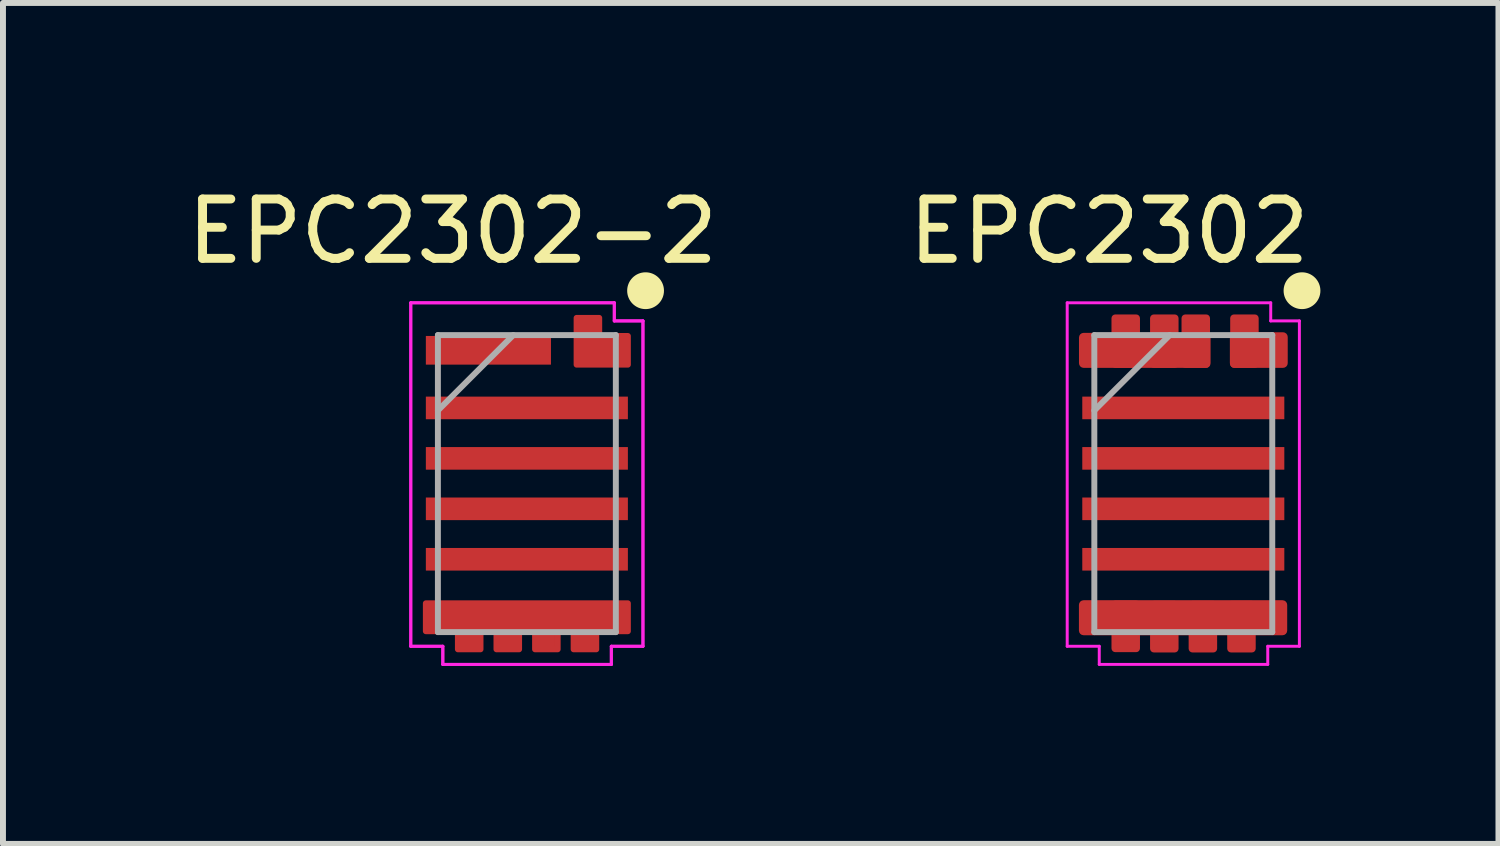
<source format=kicad_pcb>
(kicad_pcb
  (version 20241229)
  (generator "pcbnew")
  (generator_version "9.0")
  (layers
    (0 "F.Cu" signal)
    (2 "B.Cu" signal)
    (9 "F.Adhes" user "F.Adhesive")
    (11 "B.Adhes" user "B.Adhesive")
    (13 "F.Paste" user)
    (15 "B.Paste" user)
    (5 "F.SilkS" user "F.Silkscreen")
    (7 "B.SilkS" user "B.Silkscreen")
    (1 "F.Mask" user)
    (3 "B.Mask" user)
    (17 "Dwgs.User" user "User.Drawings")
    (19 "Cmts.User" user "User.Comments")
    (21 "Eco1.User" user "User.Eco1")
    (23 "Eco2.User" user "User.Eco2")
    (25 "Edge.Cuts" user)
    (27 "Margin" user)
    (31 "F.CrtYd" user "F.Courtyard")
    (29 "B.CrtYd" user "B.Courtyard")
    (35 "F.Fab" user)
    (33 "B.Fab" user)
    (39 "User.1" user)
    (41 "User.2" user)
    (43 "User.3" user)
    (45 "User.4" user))
  (footprint "EPC2302-2"
    (layer "F.Cu")
    (at 5.827 5.098)
    (property "Reference" "EPC2302-2" (at -1.25 -4.25 0) (layer "F.SilkS") (effects (font (size 1 1) (thickness 0.15))))
    (attr through_hole)
    (fp_poly (pts (xy 0.838 -2.792) (xy 1.219 -2.792) (xy 1.219 -2.487) (xy 1.702 -2.487) (xy 1.702 -2.004) (xy 0.838 -2.004)) (stroke (width 0.1) (type solid)) (fill yes) (layer "F.Cu"))
    (fp_poly (pts (xy -1.702 2.487) (xy -1.162 2.487) (xy -1.162 2.792) (xy -0.781 2.792) (xy -0.781 2.487) (xy -0.512 2.487) (xy -0.512 2.792) (xy -0.131 2.792) (xy -0.131 2.487) (xy 0.138 2.487) (xy 0.138 2.792) (xy 0.519 2.792) (xy 0.519 2.487) (xy 0.788 2.487) (xy 0.788 2.792) (xy 1.169 2.792) (xy 1.169 2.487) (xy 1.702 2.487) (xy 1.702 2.017) (xy -1.702 2.017)) (stroke (width 0.1) (type solid)) (fill yes) (layer "F.Cu"))
    (fp_poly (pts (xy 0.838 -2.792) (xy 1.219 -2.792) (xy 1.219 -2.487) (xy 1.702 -2.487) (xy 1.702 -2.004) (xy 0.838 -2.004)) (stroke (width 0.1) (type solid)) (fill yes) (layer "F.Mask"))
    (fp_poly (pts (xy -1.702 -2.487) (xy -1.162 -2.487) (xy -1.162 -2.792) (xy -0.781 -2.792) (xy -0.781 -2.487) (xy -0.512 -2.487) (xy -0.512 -2.792) (xy -0.131 -2.792) (xy -0.131 -2.487) (xy 0.017 -2.487) (xy 0.017 -2.792) (xy 0.398 -2.792) (xy 0.406 -2.004) (xy -1.702 -2.004)) (stroke (width 0.1) (type solid)) (fill yes) (layer "F.Mask"))
    (fp_poly (pts (xy -1.702 2.487) (xy -1.162 2.487) (xy -1.162 2.792) (xy -0.781 2.792) (xy -0.781 2.487) (xy -0.512 2.487) (xy -0.512 2.792) (xy -0.131 2.792) (xy -0.131 2.487) (xy 0.138 2.487) (xy 0.138 2.792) (xy 0.519 2.792) (xy 0.519 2.487) (xy 0.788 2.487) (xy 0.788 2.792) (xy 1.169 2.792) (xy 1.169 2.487) (xy 1.702 2.487) (xy 1.702 2.017) (xy -1.702 2.017)) (stroke (width 0.1) (type solid)) (fill yes) (layer "F.Mask"))
    (fp_circle (center 2 -3.25) (end 2.25 -3.25) (stroke (width 0.12) (type solid)) (fill yes) (layer "F.SilkS"))
    (fp_poly (pts (xy 0.838 -2.792) (xy 1.219 -2.792) (xy 1.219 -2.487) (xy 1.702 -2.487) (xy 1.702 -2.004) (xy 0.838 -2.004)) (stroke (width 0.1) (type solid)) (fill yes) (layer "F.Paste"))
    (fp_poly (pts (xy -1.702 -2.487) (xy -1.162 -2.487) (xy -1.162 -2.792) (xy -0.781 -2.792) (xy -0.781 -2.487) (xy -0.512 -2.487) (xy -0.512 -2.792) (xy -0.131 -2.792) (xy -0.131 -2.487) (xy 0.017 -2.487) (xy 0.017 -2.792) (xy 0.398 -2.792) (xy 0.406 -2.004) (xy -1.702 -2.004)) (stroke (width 0.1) (type solid)) (fill yes) (layer "F.Paste"))
    (fp_poly (pts (xy -1.702 2.487) (xy -1.162 2.487) (xy -1.162 2.792) (xy -0.781 2.792) (xy -0.781 2.487) (xy -0.512 2.487) (xy -0.512 2.792) (xy -0.131 2.792) (xy -0.131 2.487) (xy 0.138 2.487) (xy 0.138 2.792) (xy 0.519 2.792) (xy 0.519 2.487) (xy 0.788 2.487) (xy 0.788 2.792) (xy 1.169 2.792) (xy 1.169 2.487) (xy 1.702 2.487) (xy 1.702 2.017) (xy -1.702 2.017)) (stroke (width 0.1) (type solid)) (fill yes) (layer "F.Paste"))
    (fp_line (start -1.956 -3.046) (end -1.956 2.741) (stroke (width 0.05) (type solid)) (layer "F.CrtYd"))
    (fp_line (start -1.956 -3.046) (end -1.956 2.741) (stroke (width 0.05) (type solid)) (layer "F.CrtYd"))
    (fp_line (start -1.956 2.741) (end -1.416 2.741) (stroke (width 0.05) (type solid)) (layer "F.CrtYd"))
    (fp_line (start -1.956 2.741) (end -1.416 2.741) (stroke (width 0.05) (type solid)) (layer "F.CrtYd"))
    (fp_line (start -1.416 2.741) (end -1.416 3.046) (stroke (width 0.05) (type solid)) (layer "F.CrtYd"))
    (fp_line (start -1.416 2.741) (end -1.416 3.046) (stroke (width 0.05) (type solid)) (layer "F.CrtYd"))
    (fp_line (start -1.416 3.046) (end 1.423 3.046) (stroke (width 0.05) (type solid)) (layer "F.CrtYd"))
    (fp_line (start -1.416 3.046) (end 1.423 3.046) (stroke (width 0.05) (type solid)) (layer "F.CrtYd"))
    (fp_line (start 1.423 2.741) (end 1.956 2.741) (stroke (width 0.05) (type solid)) (layer "F.CrtYd"))
    (fp_line (start 1.423 2.741) (end 1.956 2.741) (stroke (width 0.05) (type solid)) (layer "F.CrtYd"))
    (fp_line (start 1.423 3.046) (end 1.423 2.741) (stroke (width 0.05) (type solid)) (layer "F.CrtYd"))
    (fp_line (start 1.423 3.046) (end 1.423 2.741) (stroke (width 0.05) (type solid)) (layer "F.CrtYd"))
    (fp_line (start 1.473 -3.046) (end -1.956 -3.046) (stroke (width 0.05) (type solid)) (layer "F.CrtYd"))
    (fp_line (start 1.473 -3.046) (end -1.956 -3.046) (stroke (width 0.05) (type solid)) (layer "F.CrtYd"))
    (fp_line (start 1.473 -2.741) (end 1.473 -3.046) (stroke (width 0.05) (type solid)) (layer "F.CrtYd"))
    (fp_line (start 1.473 -2.741) (end 1.473 -3.046) (stroke (width 0.05) (type solid)) (layer "F.CrtYd"))
    (fp_line (start 1.956 -2.741) (end 1.473 -2.741) (stroke (width 0.05) (type solid)) (layer "F.CrtYd"))
    (fp_line (start 1.956 -2.741) (end 1.473 -2.741) (stroke (width 0.05) (type solid)) (layer "F.CrtYd"))
    (fp_line (start 1.956 2.741) (end 1.956 -2.741) (stroke (width 0.05) (type solid)) (layer "F.CrtYd"))
    (fp_line (start 1.956 2.741) (end 1.956 -2.741) (stroke (width 0.05) (type solid)) (layer "F.CrtYd"))
    (fp_line (start -1.499 -2.502) (end -1.499 2.502) (stroke (width 0.1) (type solid)) (layer "F.Fab"))
    (fp_line (start -1.499 -1.232) (end -0.229 -2.502) (stroke (width 0.1) (type solid)) (layer "F.Fab"))
    (fp_line (start -1.499 2.502) (end 1.499 2.502) (stroke (width 0.1) (type solid)) (layer "F.Fab"))
    (fp_line (start 1.499 -2.502) (end -1.499 -2.502) (stroke (width 0.1) (type solid)) (layer "F.Fab"))
    (fp_line (start 1.499 2.502) (end 1.499 -2.502) (stroke (width 0.1) (type solid)) (layer "F.Fab"))
    (pad "1" smd rect (at 1.27 -2.246) (size 0.864 0.483) (layers "F.Cu" "F.Mask" "F.Paste"))
    (pad "2" smd rect (at -0.648 -2.246) (size 2.108 0.483) (layers "F.Cu" "F.Mask" "F.Paste"))
    (pad "3" smd rect (at 0 -1.275) (size 3.404 0.381) (layers "F.Cu" "F.Mask" "F.Paste"))
    (pad "4" smd rect (at 0 -0.425) (size 3.404 0.381) (layers "F.Cu" "F.Mask" "F.Paste"))
    (pad "5" smd rect (at 0 0.425) (size 3.404 0.381) (layers "F.Cu" "F.Mask" "F.Paste"))
    (pad "6" smd rect (at 0 1.275) (size 3.404 0.381) (layers "F.Cu" "F.Mask" "F.Paste"))
    (pad "7" smd rect (at 0 2.252) (size 3.404 0.47) (layers "F.Cu" "F.Mask" "F.Paste")))
  (footprint "EPC2302"
    (layer "F.Cu")
    (at 16.887 5.098)
    (property "Reference" "EPC2302" (at -1.25 -4.25 0) (layer "F.SilkS") (effects (font (size 1 1) (thickness 0.15))))
    (attr through_hole)
    (fp_poly (pts (xy 0.838 -2.792) (xy 1.219 -2.792) (xy 1.219 -2.487) (xy 1.702 -2.487) (xy 1.702 -2.004) (xy 0.838 -2.004)) (stroke (width 0.1) (type solid)) (fill yes) (layer "F.Mask"))
    (fp_poly (pts (xy -1.702 -2.487) (xy -1.162 -2.487) (xy -1.162 -2.792) (xy -0.781 -2.792) (xy -0.781 -2.487) (xy -0.512 -2.487) (xy -0.512 -2.792) (xy -0.131 -2.792) (xy -0.131 -2.487) (xy 0.017 -2.487) (xy 0.017 -2.792) (xy 0.398 -2.792) (xy 0.406 -2.004) (xy -1.702 -2.004)) (stroke (width 0.1) (type solid)) (fill yes) (layer "F.Mask"))
    (fp_poly (pts (xy -1.702 2.487) (xy -1.162 2.487) (xy -1.162 2.792) (xy -0.781 2.792) (xy -0.781 2.487) (xy -0.512 2.487) (xy -0.512 2.792) (xy -0.131 2.792) (xy -0.131 2.487) (xy 0.138 2.487) (xy 0.138 2.792) (xy 0.519 2.792) (xy 0.519 2.487) (xy 0.788 2.487) (xy 0.788 2.792) (xy 1.169 2.792) (xy 1.169 2.487) (xy 1.702 2.487) (xy 1.702 2.017) (xy -1.702 2.017)) (stroke (width 0.1) (type solid)) (fill yes) (layer "F.Mask"))
    (fp_circle (center 2 -3.25) (end 2.25 -3.25) (stroke (width 0.12) (type solid)) (fill yes) (layer "F.SilkS"))
    (fp_poly (pts (xy 0.838 -2.792) (xy 1.219 -2.792) (xy 1.219 -2.487) (xy 1.702 -2.487) (xy 1.702 -2.004) (xy 0.838 -2.004)) (stroke (width 0.1) (type solid)) (fill yes) (layer "F.Paste"))
    (fp_poly (pts (xy -1.702 -2.487) (xy -1.162 -2.487) (xy -1.162 -2.792) (xy -0.781 -2.792) (xy -0.781 -2.487) (xy -0.512 -2.487) (xy -0.512 -2.792) (xy -0.131 -2.792) (xy -0.131 -2.487) (xy 0.017 -2.487) (xy 0.017 -2.792) (xy 0.398 -2.792) (xy 0.406 -2.004) (xy -1.702 -2.004)) (stroke (width 0.1) (type solid)) (fill yes) (layer "F.Paste"))
    (fp_poly (pts (xy -1.702 2.487) (xy -1.162 2.487) (xy -1.162 2.792) (xy -0.781 2.792) (xy -0.781 2.487) (xy -0.512 2.487) (xy -0.512 2.792) (xy -0.131 2.792) (xy -0.131 2.487) (xy 0.138 2.487) (xy 0.138 2.792) (xy 0.519 2.792) (xy 0.519 2.487) (xy 0.788 2.487) (xy 0.788 2.792) (xy 1.169 2.792) (xy 1.169 2.487) (xy 1.702 2.487) (xy 1.702 2.017) (xy -1.702 2.017)) (stroke (width 0.1) (type solid)) (fill yes) (layer "F.Paste"))
    (fp_line (start -1.956 -3.046) (end -1.956 2.741) (stroke (width 0.05) (type solid)) (layer "F.CrtYd"))
    (fp_line (start -1.956 2.741) (end -1.416 2.741) (stroke (width 0.05) (type solid)) (layer "F.CrtYd"))
    (fp_line (start -1.416 2.741) (end -1.416 3.046) (stroke (width 0.05) (type solid)) (layer "F.CrtYd"))
    (fp_line (start -1.416 3.046) (end 1.423 3.046) (stroke (width 0.05) (type solid)) (layer "F.CrtYd"))
    (fp_line (start 1.423 2.741) (end 1.956 2.741) (stroke (width 0.05) (type solid)) (layer "F.CrtYd"))
    (fp_line (start 1.423 3.046) (end 1.423 2.741) (stroke (width 0.05) (type solid)) (layer "F.CrtYd"))
    (fp_line (start 1.473 -3.046) (end -1.956 -3.046) (stroke (width 0.05) (type solid)) (layer "F.CrtYd"))
    (fp_line (start 1.473 -2.741) (end 1.473 -3.046) (stroke (width 0.05) (type solid)) (layer "F.CrtYd"))
    (fp_line (start 1.956 -2.741) (end 1.473 -2.741) (stroke (width 0.05) (type solid)) (layer "F.CrtYd"))
    (fp_line (start 1.956 2.741) (end 1.956 -2.741) (stroke (width 0.05) (type solid)) (layer "F.CrtYd"))
    (fp_line (start -1.499 -2.502) (end -1.499 2.502) (stroke (width 0.1) (type solid)) (layer "F.Fab"))
    (fp_line (start -1.499 -1.232) (end -0.229 -2.502) (stroke (width 0.1) (type solid)) (layer "F.Fab"))
    (fp_line (start -1.499 2.502) (end 1.499 2.502) (stroke (width 0.1) (type solid)) (layer "F.Fab"))
    (fp_line (start 1.499 -2.502) (end -1.499 -2.502) (stroke (width 0.1) (type solid)) (layer "F.Fab"))
    (fp_line (start 1.499 2.502) (end 1.499 -2.502) (stroke (width 0.1) (type solid)) (layer "F.Fab"))
    (pad "1" smd roundrect (at 1.03 -2.4 270) (size 0.9 0.48) (layers "F.Cu" "F.Mask" "F.Paste") (roundrect_rratio 0.133))
    (pad "1" smd roundrect (at 1.272 -2.25) (size 0.975 0.6) (layers "F.Cu" "F.Mask" "F.Paste") (roundrect_rratio 0.133))
    (pad "2" smd roundrect (at -0.97 -2.4 270) (size 0.9 0.48) (layers "F.Cu" "F.Mask" "F.Paste") (roundrect_rratio 0.133))
    (pad "2" smd roundrect (at -0.649 -2.245) (size 2.217 0.59) (layers "F.Cu" "F.Mask" "F.Paste") (roundrect_rratio 0.133))
    (pad "2" smd rect (at -0.648 -2.246) (size 2.108 0.483) (layers "F.Cu" "F.Mask" "F.Paste"))
    (pad "2" smd roundrect (at -0.32 -2.4 270) (size 0.9 0.48) (layers "F.Cu" "F.Mask" "F.Paste") (roundrect_rratio 0.133))
    (pad "2" smd roundrect (at 0.21 -2.4 270) (size 0.9 0.48) (layers "F.Cu" "F.Mask" "F.Paste") (roundrect_rratio 0.133))
    (pad "3" smd rect (at 0 -1.275) (size 3.404 0.381) (layers "F.Cu" "F.Mask" "F.Paste"))
    (pad "4" smd rect (at 0 -0.425) (size 3.404 0.381) (layers "F.Cu" "F.Mask" "F.Paste"))
    (pad "5" smd rect (at 0 0.425) (size 3.404 0.381) (layers "F.Cu" "F.Mask" "F.Paste"))
    (pad "6" smd rect (at 0 1.275) (size 3.404 0.381) (layers "F.Cu" "F.Mask" "F.Paste"))
    (pad "7" smd roundrect (at -0.97 2.405 270) (size 0.87 0.48) (layers "F.Cu" "F.Mask" "F.Paste") (roundrect_rratio 0.133))
    (pad "7" smd roundrect (at -0.32 2.41 270) (size 0.87 0.48) (layers "F.Cu" "F.Mask" "F.Paste") (roundrect_rratio 0.133))
    (pad "7" smd roundrect (at -0.004 2.26) (size 3.509 0.59) (layers "F.Cu" "F.Mask" "F.Paste") (roundrect_rratio 0.133))
    (pad "7" smd roundrect (at 0.33 2.41 270) (size 0.87 0.48) (layers "F.Cu" "F.Mask" "F.Paste") (roundrect_rratio 0.133))
    (pad "7" smd roundrect (at 0.98 2.41 270) (size 0.87 0.48) (layers "F.Cu" "F.Mask" "F.Paste") (roundrect_rratio 0.133)))
  (gr_rect
    (start -3 -3)
    (end 22.197 11.169)
    (stroke (width 0.1) (type default))
    (fill no)
    (layer "Edge.Cuts")))
</source>
